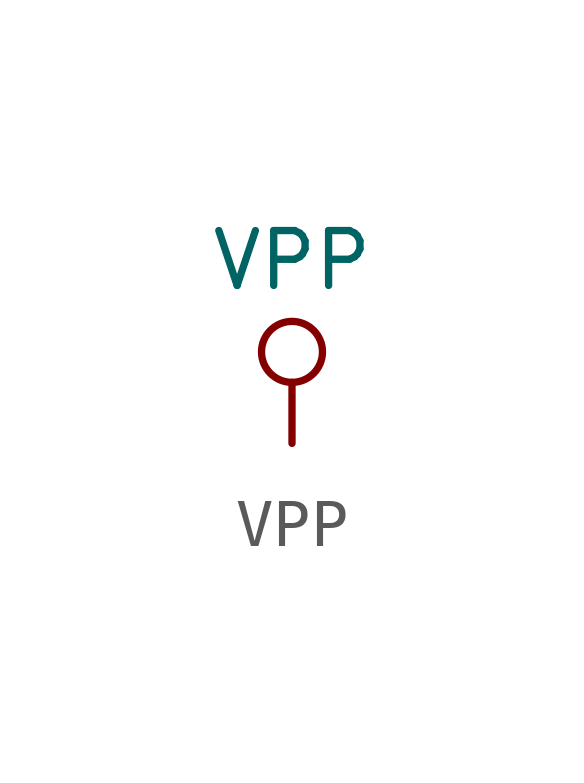
<source format=kicad_sym>
(kicad_symbol_lib
  (version 20211014)
  (generator kicad_symbol_editor)
  (symbol "VPP"
    (power)
    (pin_names
      (offset 0))
    (property "Reference" "#PWR"
      (at 0 -3.81 0)
      (effects (font (size 1.27 1.27)) hide))
    (property "Value" "VPP"
      (at 0 3.81 0)
      (effects (font (size 1.143 1.143))))
    (property "Footprint" ""
      (at 0 0 0)
      (effects (font (size 1.27 1.27))))
    (property "Datasheet" ""
      (at 0 0 0)
      (effects (font (size 1.27 1.27))))
    (symbol "VPP_0_1"
      (polyline (pts (xy 0 0) (xy 0 1.27)) (stroke (width 0) (type default) (color 0 0 0 0)) (fill (type none)))
      (circle (center 0 1.905) (radius 0.635) (stroke (width 0) (type default) (color 0 0 0 0)) (fill (type none))))
    (symbol "VPP_1_1"
      (pin power_in line (at 0 0 90) (length 0) hide (name "VPP" (effects (font (size 1.27 1.27)))) (number "1" (effects (font (size 1.27 1.27))))))))
</source>
